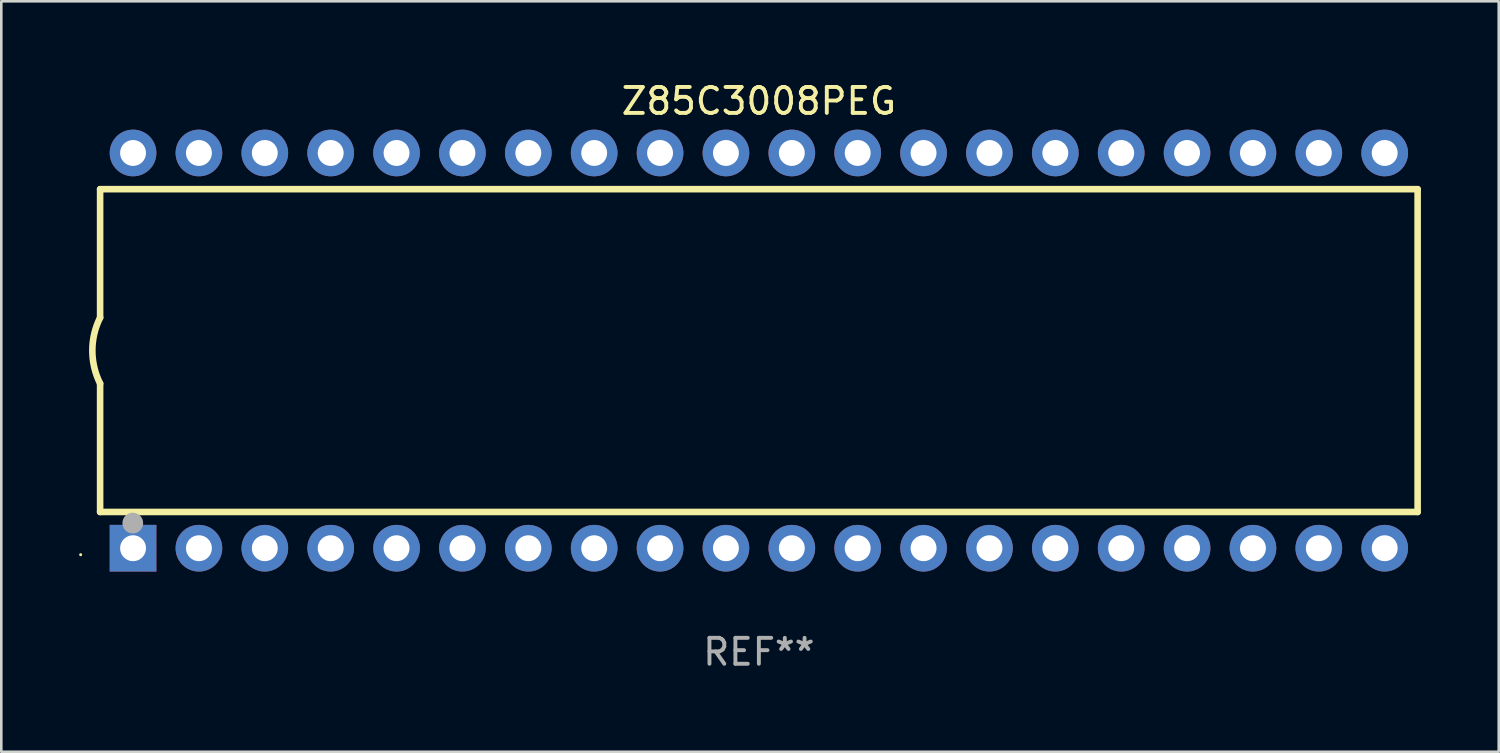
<source format=kicad_pcb>
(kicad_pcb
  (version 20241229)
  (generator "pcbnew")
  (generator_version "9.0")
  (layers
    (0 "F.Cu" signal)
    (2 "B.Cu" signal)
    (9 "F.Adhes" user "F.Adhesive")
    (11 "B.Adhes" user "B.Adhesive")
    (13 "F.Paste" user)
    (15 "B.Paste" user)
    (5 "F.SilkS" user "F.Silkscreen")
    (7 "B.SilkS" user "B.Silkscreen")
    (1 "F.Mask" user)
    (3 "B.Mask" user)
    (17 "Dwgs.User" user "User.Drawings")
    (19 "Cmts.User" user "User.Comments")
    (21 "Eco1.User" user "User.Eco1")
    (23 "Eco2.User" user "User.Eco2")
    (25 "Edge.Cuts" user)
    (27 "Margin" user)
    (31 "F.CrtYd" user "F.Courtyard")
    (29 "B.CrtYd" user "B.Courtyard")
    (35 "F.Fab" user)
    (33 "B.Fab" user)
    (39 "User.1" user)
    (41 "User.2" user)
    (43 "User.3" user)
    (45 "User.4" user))
  (footprint "Z85C3008PEG"
    (layer "F.Cu")
    (at 26.21 10.468)
    (property "Reference" "Z85C3008PEG" (at 0 -9.62 0) (layer "F.SilkS") (effects (font (size 1 1) (thickness 0.15))))
    (attr through_hole)
    (fp_line (start -25.4 -6.224) (end -25.4 -1.271) (stroke (width 0.254) (type solid)) (layer "F.SilkS"))
    (fp_line (start -25.4 -6.224) (end 25.4 -6.224) (stroke (width 0.254) (type solid)) (layer "F.SilkS"))
    (fp_line (start -25.4 1.269) (end -25.4 6.222) (stroke (width 0.254) (type solid)) (layer "F.SilkS"))
    (fp_line (start -25.4 6.222) (end 25.4 6.222) (stroke (width 0.254) (type solid)) (layer "F.SilkS"))
    (fp_line (start 25.4 6.222) (end 25.4 -6.224) (stroke (width 0.254) (type solid)) (layer "F.SilkS"))
    (fp_arc (start -25.4 1.269241) (mid -25.699807 -0.000762) (end -25.4 -1.270765) (stroke (width 0.254001) (type solid)) (layer "F.SilkS"))
    (fp_circle (center -26.15 7.87) (end -26.12 7.87) (stroke (width 0.06) (type solid)) (fill no) (layer "F.SilkS"))
    (fp_circle (center -24.14 6.65) (end -23.94 6.65) (stroke (width 0.4) (type solid)) (fill no) (layer "F.Fab"))
    (fp_text user "REF**" (at 0 11.62 0) (layer "F.Fab") (effects (font (size 1 1) (thickness 0.15))))
    (pad "1" thru_hole rect (at -24.13 7.62 90) (size 1.8 1.8) (drill 1) (layers "*.Cu" "*.Mask"))
    (pad "2" thru_hole circle (at -21.59 7.62) (size 1.8 1.8) (drill 1) (layers "*.Cu" "*.Mask"))
    (pad "3" thru_hole circle (at -19.05 7.62) (size 1.8 1.8) (drill 1) (layers "*.Cu" "*.Mask"))
    (pad "4" thru_hole circle (at -16.51 7.62) (size 1.8 1.8) (drill 1) (layers "*.Cu" "*.Mask"))
    (pad "5" thru_hole circle (at -13.97 7.62) (size 1.8 1.8) (drill 1) (layers "*.Cu" "*.Mask"))
    (pad "6" thru_hole circle (at -11.43 7.62) (size 1.8 1.8) (drill 1) (layers "*.Cu" "*.Mask"))
    (pad "7" thru_hole circle (at -8.89 7.62) (size 1.8 1.8) (drill 1) (layers "*.Cu" "*.Mask"))
    (pad "8" thru_hole circle (at -6.35 7.62) (size 1.8 1.8) (drill 1) (layers "*.Cu" "*.Mask"))
    (pad "9" thru_hole circle (at -3.81 7.62) (size 1.8 1.8) (drill 1) (layers "*.Cu" "*.Mask"))
    (pad "10" thru_hole circle (at -1.27 7.62) (size 1.8 1.8) (drill 1) (layers "*.Cu" "*.Mask"))
    (pad "11" thru_hole circle (at 1.27 7.62) (size 1.8 1.8) (drill 1) (layers "*.Cu" "*.Mask"))
    (pad "12" thru_hole circle (at 3.81 7.62) (size 1.8 1.8) (drill 1) (layers "*.Cu" "*.Mask"))
    (pad "13" thru_hole circle (at 6.35 7.62) (size 1.8 1.8) (drill 1) (layers "*.Cu" "*.Mask"))
    (pad "14" thru_hole circle (at 8.89 7.62) (size 1.8 1.8) (drill 1) (layers "*.Cu" "*.Mask"))
    (pad "15" thru_hole circle (at 11.43 7.62) (size 1.8 1.8) (drill 1) (layers "*.Cu" "*.Mask"))
    (pad "16" thru_hole circle (at 13.97 7.62) (size 1.8 1.8) (drill 1) (layers "*.Cu" "*.Mask"))
    (pad "17" thru_hole circle (at 16.51 7.62) (size 1.8 1.8) (drill 1) (layers "*.Cu" "*.Mask"))
    (pad "18" thru_hole circle (at 19.05 7.62) (size 1.8 1.8) (drill 1) (layers "*.Cu" "*.Mask"))
    (pad "19" thru_hole circle (at 21.59 7.62) (size 1.8 1.8) (drill 1) (layers "*.Cu" "*.Mask"))
    (pad "20" thru_hole circle (at 24.13 7.62) (size 1.8 1.8) (drill 1) (layers "*.Cu" "*.Mask"))
    (pad "21" thru_hole circle (at 24.13 -7.62) (size 1.8 1.8) (drill 1) (layers "*.Cu" "*.Mask"))
    (pad "22" thru_hole circle (at 21.59 -7.62) (size 1.8 1.8) (drill 1) (layers "*.Cu" "*.Mask"))
    (pad "23" thru_hole circle (at 19.05 -7.62) (size 1.8 1.8) (drill 1) (layers "*.Cu" "*.Mask"))
    (pad "24" thru_hole circle (at 16.51 -7.62) (size 1.8 1.8) (drill 1) (layers "*.Cu" "*.Mask"))
    (pad "25" thru_hole circle (at 13.97 -7.62) (size 1.8 1.8) (drill 1) (layers "*.Cu" "*.Mask"))
    (pad "26" thru_hole circle (at 11.43 -7.62) (size 1.8 1.8) (drill 1) (layers "*.Cu" "*.Mask"))
    (pad "27" thru_hole circle (at 8.89 -7.62) (size 1.8 1.8) (drill 1) (layers "*.Cu" "*.Mask"))
    (pad "28" thru_hole circle (at 6.35 -7.62) (size 1.8 1.8) (drill 1) (layers "*.Cu" "*.Mask"))
    (pad "29" thru_hole circle (at 3.81 -7.62) (size 1.8 1.8) (drill 1) (layers "*.Cu" "*.Mask"))
    (pad "30" thru_hole circle (at 1.27 -7.62) (size 1.8 1.8) (drill 1) (layers "*.Cu" "*.Mask"))
    (pad "31" thru_hole circle (at -1.27 -7.62) (size 1.8 1.8) (drill 1) (layers "*.Cu" "*.Mask"))
    (pad "32" thru_hole circle (at -3.81 -7.62) (size 1.8 1.8) (drill 1) (layers "*.Cu" "*.Mask"))
    (pad "33" thru_hole circle (at -6.35 -7.62) (size 1.8 1.8) (drill 1) (layers "*.Cu" "*.Mask"))
    (pad "34" thru_hole circle (at -8.89 -7.62) (size 1.8 1.8) (drill 1) (layers "*.Cu" "*.Mask"))
    (pad "35" thru_hole circle (at -11.43 -7.62) (size 1.8 1.8) (drill 1) (layers "*.Cu" "*.Mask"))
    (pad "36" thru_hole circle (at -13.97 -7.62) (size 1.8 1.8) (drill 1) (layers "*.Cu" "*.Mask"))
    (pad "37" thru_hole circle (at -16.51 -7.62) (size 1.8 1.8) (drill 1) (layers "*.Cu" "*.Mask"))
    (pad "38" thru_hole circle (at -19.05 -7.62) (size 1.8 1.8) (drill 1) (layers "*.Cu" "*.Mask"))
    (pad "39" thru_hole circle (at -21.59 -7.62) (size 1.8 1.8) (drill 1) (layers "*.Cu" "*.Mask"))
    (pad "40" thru_hole circle (at -24.13 -7.62) (size 1.8 1.8) (drill 1) (layers "*.Cu" "*.Mask")))
  (gr_rect
    (start -3 -3)
    (end 54.737 25.937)
    (stroke (width 0.1) (type default))
    (fill no)
    (layer "Edge.Cuts")))
</source>
